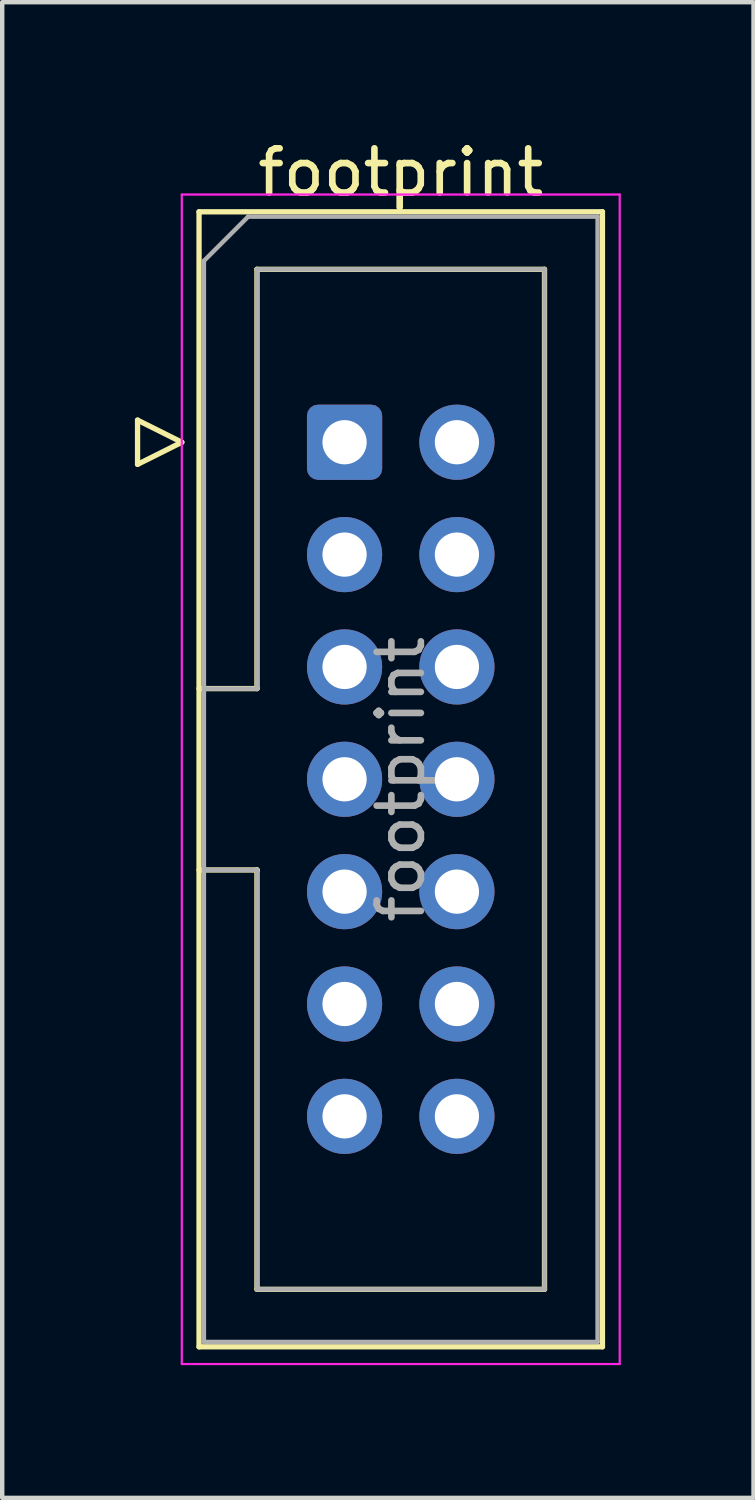
<source format=kicad_pcb>
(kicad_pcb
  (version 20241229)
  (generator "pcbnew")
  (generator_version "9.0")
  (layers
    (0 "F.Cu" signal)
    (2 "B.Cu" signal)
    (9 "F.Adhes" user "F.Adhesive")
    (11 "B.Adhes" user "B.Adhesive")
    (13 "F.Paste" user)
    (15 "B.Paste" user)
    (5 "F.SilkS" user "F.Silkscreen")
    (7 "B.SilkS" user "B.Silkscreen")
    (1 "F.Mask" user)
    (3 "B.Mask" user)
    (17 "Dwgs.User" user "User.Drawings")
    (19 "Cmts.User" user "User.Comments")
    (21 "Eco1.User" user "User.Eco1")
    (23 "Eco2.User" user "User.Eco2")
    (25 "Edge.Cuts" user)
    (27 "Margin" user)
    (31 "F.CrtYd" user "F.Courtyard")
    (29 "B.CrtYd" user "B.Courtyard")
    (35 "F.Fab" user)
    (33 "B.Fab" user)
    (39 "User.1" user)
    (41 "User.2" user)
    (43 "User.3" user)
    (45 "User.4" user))
  (footprint "footprint"
    (layer "F.Cu")
    (at 4.74 6.948)
    (property "Reference" "footprint" (at 1.27 -6.1 0) (layer "F.SilkS") (effects (font (size 1 1) (thickness 0.15))))
    (attr through_hole)
    (fp_line (start -4.68 -0.5) (end -4.68 0.5) (stroke (width 0.12) (type solid)) (layer "F.SilkS"))
    (fp_line (start -4.68 0.5) (end -3.68 0) (stroke (width 0.12) (type solid)) (layer "F.SilkS"))
    (fp_line (start -3.68 0) (end -4.68 -0.5) (stroke (width 0.12) (type solid)) (layer "F.SilkS"))
    (fp_line (start -3.29 -5.21) (end 5.83 -5.21) (stroke (width 0.12) (type solid)) (layer "F.SilkS"))
    (fp_line (start -3.29 5.57) (end -1.98 5.57) (stroke (width 0.12) (type solid)) (layer "F.SilkS"))
    (fp_line (start -3.29 20.45) (end -3.29 -5.21) (stroke (width 0.12) (type solid)) (layer "F.SilkS"))
    (fp_line (start -1.98 -3.91) (end 4.52 -3.91) (stroke (width 0.12) (type solid)) (layer "F.SilkS"))
    (fp_line (start -1.98 5.57) (end -1.98 -3.91) (stroke (width 0.12) (type solid)) (layer "F.SilkS"))
    (fp_line (start -1.98 9.67) (end -3.29 9.67) (stroke (width 0.12) (type solid)) (layer "F.SilkS"))
    (fp_line (start -1.98 9.67) (end -1.98 9.67) (stroke (width 0.12) (type solid)) (layer "F.SilkS"))
    (fp_line (start -1.98 19.15) (end -1.98 9.67) (stroke (width 0.12) (type solid)) (layer "F.SilkS"))
    (fp_line (start 4.52 -3.91) (end 4.52 19.15) (stroke (width 0.12) (type solid)) (layer "F.SilkS"))
    (fp_line (start 4.52 19.15) (end -1.98 19.15) (stroke (width 0.12) (type solid)) (layer "F.SilkS"))
    (fp_line (start 5.83 -5.21) (end 5.83 20.45) (stroke (width 0.12) (type solid)) (layer "F.SilkS"))
    (fp_line (start 5.83 20.45) (end -3.29 20.45) (stroke (width 0.12) (type solid)) (layer "F.SilkS"))
    (fp_line (start -3.68 -5.6) (end -3.68 20.84) (stroke (width 0.05) (type solid)) (layer "F.CrtYd"))
    (fp_line (start -3.68 20.84) (end 6.22 20.84) (stroke (width 0.05) (type solid)) (layer "F.CrtYd"))
    (fp_line (start 6.22 -5.6) (end -3.68 -5.6) (stroke (width 0.05) (type solid)) (layer "F.CrtYd"))
    (fp_line (start 6.22 20.84) (end 6.22 -5.6) (stroke (width 0.05) (type solid)) (layer "F.CrtYd"))
    (fp_line (start -3.18 -4.1) (end -2.18 -5.1) (stroke (width 0.1) (type solid)) (layer "F.Fab"))
    (fp_line (start -3.18 5.57) (end -1.98 5.57) (stroke (width 0.1) (type solid)) (layer "F.Fab"))
    (fp_line (start -3.18 20.34) (end -3.18 -4.1) (stroke (width 0.1) (type solid)) (layer "F.Fab"))
    (fp_line (start -2.18 -5.1) (end 5.72 -5.1) (stroke (width 0.1) (type solid)) (layer "F.Fab"))
    (fp_line (start -1.98 -3.91) (end 4.52 -3.91) (stroke (width 0.1) (type solid)) (layer "F.Fab"))
    (fp_line (start -1.98 5.57) (end -1.98 -3.91) (stroke (width 0.1) (type solid)) (layer "F.Fab"))
    (fp_line (start -1.98 9.67) (end -3.18 9.67) (stroke (width 0.1) (type solid)) (layer "F.Fab"))
    (fp_line (start -1.98 9.67) (end -1.98 9.67) (stroke (width 0.1) (type solid)) (layer "F.Fab"))
    (fp_line (start -1.98 19.15) (end -1.98 9.67) (stroke (width 0.1) (type solid)) (layer "F.Fab"))
    (fp_line (start 4.52 -3.91) (end 4.52 19.15) (stroke (width 0.1) (type solid)) (layer "F.Fab"))
    (fp_line (start 4.52 19.15) (end -1.98 19.15) (stroke (width 0.1) (type solid)) (layer "F.Fab"))
    (fp_line (start 5.72 -5.1) (end 5.72 20.34) (stroke (width 0.1) (type solid)) (layer "F.Fab"))
    (fp_line (start 5.72 20.34) (end -3.18 20.34) (stroke (width 0.1) (type solid)) (layer "F.Fab"))
    (fp_text user "${REFERENCE}" (at 1.27 7.62 90) (layer "F.Fab") (effects (font (size 1 1) (thickness 0.15))))
    (pad "1" thru_hole roundrect (at 0 0) (size 1.7 1.7) (drill 1) (layers "*.Cu" "*.Mask") (roundrect_rratio 0.147))
    (pad "2" thru_hole circle (at 2.54 0) (size 1.7 1.7) (drill 1) (layers "*.Cu" "*.Mask"))
    (pad "3" thru_hole circle (at 0 2.54) (size 1.7 1.7) (drill 1) (layers "*.Cu" "*.Mask"))
    (pad "4" thru_hole circle (at 2.54 2.54) (size 1.7 1.7) (drill 1) (layers "*.Cu" "*.Mask"))
    (pad "5" thru_hole circle (at 0 5.08) (size 1.7 1.7) (drill 1) (layers "*.Cu" "*.Mask"))
    (pad "6" thru_hole circle (at 2.54 5.08) (size 1.7 1.7) (drill 1) (layers "*.Cu" "*.Mask"))
    (pad "7" thru_hole circle (at 0 7.62) (size 1.7 1.7) (drill 1) (layers "*.Cu" "*.Mask"))
    (pad "8" thru_hole circle (at 2.54 7.62) (size 1.7 1.7) (drill 1) (layers "*.Cu" "*.Mask"))
    (pad "9" thru_hole circle (at 0 10.16) (size 1.7 1.7) (drill 1) (layers "*.Cu" "*.Mask"))
    (pad "10" thru_hole circle (at 2.54 10.16) (size 1.7 1.7) (drill 1) (layers "*.Cu" "*.Mask"))
    (pad "11" thru_hole circle (at 0 12.7) (size 1.7 1.7) (drill 1) (layers "*.Cu" "*.Mask"))
    (pad "12" thru_hole circle (at 2.54 12.7) (size 1.7 1.7) (drill 1) (layers "*.Cu" "*.Mask"))
    (pad "13" thru_hole circle (at 0 15.24) (size 1.7 1.7) (drill 1) (layers "*.Cu" "*.Mask"))
    (pad "14" thru_hole circle (at 2.54 15.24) (size 1.7 1.7) (drill 1) (layers "*.Cu" "*.Mask")))
  (gr_rect
    (start -3 -3)
    (end 13.985 30.813)
    (stroke (width 0.1) (type default))
    (fill no)
    (layer "Edge.Cuts")))
</source>
